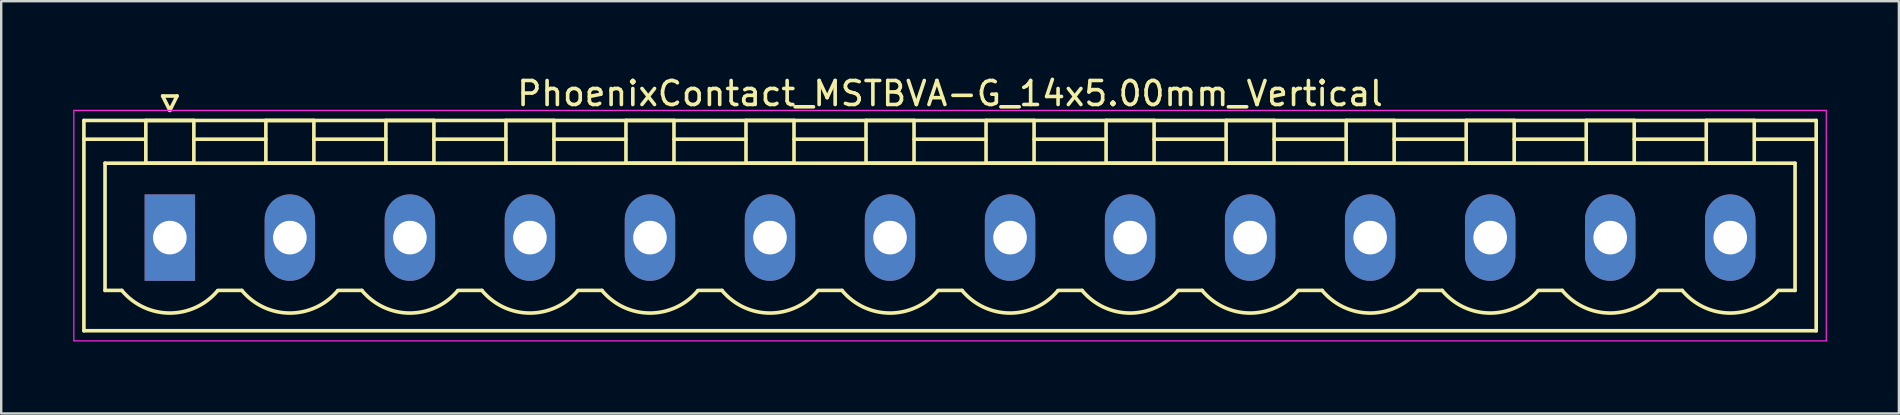
<source format=kicad_pcb>
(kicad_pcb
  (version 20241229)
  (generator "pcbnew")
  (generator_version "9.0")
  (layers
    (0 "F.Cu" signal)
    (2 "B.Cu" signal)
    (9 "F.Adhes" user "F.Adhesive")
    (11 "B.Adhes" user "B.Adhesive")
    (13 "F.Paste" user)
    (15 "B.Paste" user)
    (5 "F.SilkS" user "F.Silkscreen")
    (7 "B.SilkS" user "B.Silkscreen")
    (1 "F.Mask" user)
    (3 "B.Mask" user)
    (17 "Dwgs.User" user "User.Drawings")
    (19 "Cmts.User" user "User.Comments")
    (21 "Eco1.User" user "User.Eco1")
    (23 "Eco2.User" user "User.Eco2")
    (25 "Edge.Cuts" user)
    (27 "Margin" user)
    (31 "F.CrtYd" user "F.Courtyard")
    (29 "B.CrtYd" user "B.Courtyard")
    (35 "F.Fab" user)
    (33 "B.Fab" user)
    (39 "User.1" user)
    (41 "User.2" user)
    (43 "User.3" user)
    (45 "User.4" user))
  (footprint "PhoenixContact_MSTBVA-G_14x5.00mm_Vertical"
    (layer "F.Cu")
    (at 4.025 6.848)
    (property "Reference" "PhoenixContact_MSTBVA-G_14x5.00mm_Vertical" (at 32.5 -6 0) (layer "F.SilkS") (effects (font (size 1 1) (thickness 0.15))))
    (attr through_hole)
    (fp_line (start -3.58 -4.88) (end -3.58 3.88) (stroke (width 0.15) (type solid)) (layer "F.SilkS"))
    (fp_line (start -3.58 -4.1) (end -1.08 -4.1) (stroke (width 0.15) (type solid)) (layer "F.SilkS"))
    (fp_line (start -3.58 3.88) (end 68.58 3.88) (stroke (width 0.15) (type solid)) (layer "F.SilkS"))
    (fp_line (start -2.7 -3.1) (end 67.7 -3.1) (stroke (width 0.15) (type solid)) (layer "F.SilkS"))
    (fp_line (start -2.7 2.2) (end -2.7 -3.1) (stroke (width 0.15) (type solid)) (layer "F.SilkS"))
    (fp_line (start -2 2.2) (end -2.7 2.2) (stroke (width 0.15) (type solid)) (layer "F.SilkS"))
    (fp_line (start -1 -4.88) (end 1 -4.88) (stroke (width 0.15) (type solid)) (layer "F.SilkS"))
    (fp_line (start -1 -3.1) (end -1 -4.88) (stroke (width 0.15) (type solid)) (layer "F.SilkS"))
    (fp_line (start -0.3 -5.9) (end 0 -5.3) (stroke (width 0.15) (type solid)) (layer "F.SilkS"))
    (fp_line (start 0 -5.3) (end 0.3 -5.9) (stroke (width 0.15) (type solid)) (layer "F.SilkS"))
    (fp_line (start 0.3 -5.9) (end -0.3 -5.9) (stroke (width 0.15) (type solid)) (layer "F.SilkS"))
    (fp_line (start 1 -4.88) (end 1 -3.1) (stroke (width 0.15) (type solid)) (layer "F.SilkS"))
    (fp_line (start 1 -4.1) (end 4 -4.1) (stroke (width 0.15) (type solid)) (layer "F.SilkS"))
    (fp_line (start 1 -3.1) (end -1 -3.1) (stroke (width 0.15) (type solid)) (layer "F.SilkS"))
    (fp_line (start 2 2.2) (end 3 2.2) (stroke (width 0.15) (type solid)) (layer "F.SilkS"))
    (fp_line (start 4 -4.88) (end 6 -4.88) (stroke (width 0.15) (type solid)) (layer "F.SilkS"))
    (fp_line (start 4 -3.1) (end 4 -4.88) (stroke (width 0.15) (type solid)) (layer "F.SilkS"))
    (fp_line (start 6 -4.88) (end 6 -3.1) (stroke (width 0.15) (type solid)) (layer "F.SilkS"))
    (fp_line (start 6 -4.1) (end 9 -4.1) (stroke (width 0.15) (type solid)) (layer "F.SilkS"))
    (fp_line (start 6 -3.1) (end 4 -3.1) (stroke (width 0.15) (type solid)) (layer "F.SilkS"))
    (fp_line (start 7 2.2) (end 8 2.2) (stroke (width 0.15) (type solid)) (layer "F.SilkS"))
    (fp_line (start 9 -4.88) (end 11 -4.88) (stroke (width 0.15) (type solid)) (layer "F.SilkS"))
    (fp_line (start 9 -3.1) (end 9 -4.88) (stroke (width 0.15) (type solid)) (layer "F.SilkS"))
    (fp_line (start 11 -4.88) (end 11 -3.1) (stroke (width 0.15) (type solid)) (layer "F.SilkS"))
    (fp_line (start 11 -4.1) (end 14 -4.1) (stroke (width 0.15) (type solid)) (layer "F.SilkS"))
    (fp_line (start 11 -3.1) (end 9 -3.1) (stroke (width 0.15) (type solid)) (layer "F.SilkS"))
    (fp_line (start 12 2.2) (end 13 2.2) (stroke (width 0.15) (type solid)) (layer "F.SilkS"))
    (fp_line (start 14 -4.88) (end 16 -4.88) (stroke (width 0.15) (type solid)) (layer "F.SilkS"))
    (fp_line (start 14 -3.1) (end 14 -4.88) (stroke (width 0.15) (type solid)) (layer "F.SilkS"))
    (fp_line (start 16 -4.88) (end 16 -3.1) (stroke (width 0.15) (type solid)) (layer "F.SilkS"))
    (fp_line (start 16 -4.1) (end 19 -4.1) (stroke (width 0.15) (type solid)) (layer "F.SilkS"))
    (fp_line (start 16 -3.1) (end 14 -3.1) (stroke (width 0.15) (type solid)) (layer "F.SilkS"))
    (fp_line (start 17 2.2) (end 18 2.2) (stroke (width 0.15) (type solid)) (layer "F.SilkS"))
    (fp_line (start 19 -4.88) (end 21 -4.88) (stroke (width 0.15) (type solid)) (layer "F.SilkS"))
    (fp_line (start 19 -3.1) (end 19 -4.88) (stroke (width 0.15) (type solid)) (layer "F.SilkS"))
    (fp_line (start 21 -4.88) (end 21 -3.1) (stroke (width 0.15) (type solid)) (layer "F.SilkS"))
    (fp_line (start 21 -4.1) (end 24 -4.1) (stroke (width 0.15) (type solid)) (layer "F.SilkS"))
    (fp_line (start 21 -3.1) (end 19 -3.1) (stroke (width 0.15) (type solid)) (layer "F.SilkS"))
    (fp_line (start 22 2.2) (end 23 2.2) (stroke (width 0.15) (type solid)) (layer "F.SilkS"))
    (fp_line (start 24 -4.88) (end 26 -4.88) (stroke (width 0.15) (type solid)) (layer "F.SilkS"))
    (fp_line (start 24 -3.1) (end 24 -4.88) (stroke (width 0.15) (type solid)) (layer "F.SilkS"))
    (fp_line (start 26 -4.88) (end 26 -3.1) (stroke (width 0.15) (type solid)) (layer "F.SilkS"))
    (fp_line (start 26 -4.1) (end 29 -4.1) (stroke (width 0.15) (type solid)) (layer "F.SilkS"))
    (fp_line (start 26 -3.1) (end 24 -3.1) (stroke (width 0.15) (type solid)) (layer "F.SilkS"))
    (fp_line (start 27 2.2) (end 28 2.2) (stroke (width 0.15) (type solid)) (layer "F.SilkS"))
    (fp_line (start 29 -4.88) (end 31 -4.88) (stroke (width 0.15) (type solid)) (layer "F.SilkS"))
    (fp_line (start 29 -3.1) (end 29 -4.88) (stroke (width 0.15) (type solid)) (layer "F.SilkS"))
    (fp_line (start 31 -4.88) (end 31 -3.1) (stroke (width 0.15) (type solid)) (layer "F.SilkS"))
    (fp_line (start 31 -4.1) (end 34 -4.1) (stroke (width 0.15) (type solid)) (layer "F.SilkS"))
    (fp_line (start 31 -3.1) (end 29 -3.1) (stroke (width 0.15) (type solid)) (layer "F.SilkS"))
    (fp_line (start 32 2.2) (end 33 2.2) (stroke (width 0.15) (type solid)) (layer "F.SilkS"))
    (fp_line (start 34 -4.88) (end 36 -4.88) (stroke (width 0.15) (type solid)) (layer "F.SilkS"))
    (fp_line (start 34 -3.1) (end 34 -4.88) (stroke (width 0.15) (type solid)) (layer "F.SilkS"))
    (fp_line (start 36 -4.88) (end 36 -3.1) (stroke (width 0.15) (type solid)) (layer "F.SilkS"))
    (fp_line (start 36 -4.1) (end 39 -4.1) (stroke (width 0.15) (type solid)) (layer "F.SilkS"))
    (fp_line (start 36 -3.1) (end 34 -3.1) (stroke (width 0.15) (type solid)) (layer "F.SilkS"))
    (fp_line (start 37 2.2) (end 38 2.2) (stroke (width 0.15) (type solid)) (layer "F.SilkS"))
    (fp_line (start 39 -4.88) (end 41 -4.88) (stroke (width 0.15) (type solid)) (layer "F.SilkS"))
    (fp_line (start 39 -3.1) (end 39 -4.88) (stroke (width 0.15) (type solid)) (layer "F.SilkS"))
    (fp_line (start 41 -4.88) (end 41 -3.1) (stroke (width 0.15) (type solid)) (layer "F.SilkS"))
    (fp_line (start 41 -4.1) (end 44 -4.1) (stroke (width 0.15) (type solid)) (layer "F.SilkS"))
    (fp_line (start 41 -3.1) (end 39 -3.1) (stroke (width 0.15) (type solid)) (layer "F.SilkS"))
    (fp_line (start 42 2.2) (end 43 2.2) (stroke (width 0.15) (type solid)) (layer "F.SilkS"))
    (fp_line (start 44 -4.88) (end 46 -4.88) (stroke (width 0.15) (type solid)) (layer "F.SilkS"))
    (fp_line (start 44 -3.1) (end 44 -4.88) (stroke (width 0.15) (type solid)) (layer "F.SilkS"))
    (fp_line (start 46 -4.88) (end 46 -3.1) (stroke (width 0.15) (type solid)) (layer "F.SilkS"))
    (fp_line (start 46 -4.1) (end 49 -4.1) (stroke (width 0.15) (type solid)) (layer "F.SilkS"))
    (fp_line (start 46 -3.1) (end 44 -3.1) (stroke (width 0.15) (type solid)) (layer "F.SilkS"))
    (fp_line (start 47 2.2) (end 48 2.2) (stroke (width 0.15) (type solid)) (layer "F.SilkS"))
    (fp_line (start 49 -4.88) (end 51 -4.88) (stroke (width 0.15) (type solid)) (layer "F.SilkS"))
    (fp_line (start 49 -3.1) (end 49 -4.88) (stroke (width 0.15) (type solid)) (layer "F.SilkS"))
    (fp_line (start 51 -4.88) (end 51 -3.1) (stroke (width 0.15) (type solid)) (layer "F.SilkS"))
    (fp_line (start 51 -4.1) (end 54 -4.1) (stroke (width 0.15) (type solid)) (layer "F.SilkS"))
    (fp_line (start 51 -3.1) (end 49 -3.1) (stroke (width 0.15) (type solid)) (layer "F.SilkS"))
    (fp_line (start 52 2.2) (end 53 2.2) (stroke (width 0.15) (type solid)) (layer "F.SilkS"))
    (fp_line (start 54 -4.88) (end 56 -4.88) (stroke (width 0.15) (type solid)) (layer "F.SilkS"))
    (fp_line (start 54 -3.1) (end 54 -4.88) (stroke (width 0.15) (type solid)) (layer "F.SilkS"))
    (fp_line (start 56 -4.88) (end 56 -3.1) (stroke (width 0.15) (type solid)) (layer "F.SilkS"))
    (fp_line (start 56 -4.1) (end 59 -4.1) (stroke (width 0.15) (type solid)) (layer "F.SilkS"))
    (fp_line (start 56 -3.1) (end 54 -3.1) (stroke (width 0.15) (type solid)) (layer "F.SilkS"))
    (fp_line (start 57 2.2) (end 58 2.2) (stroke (width 0.15) (type solid)) (layer "F.SilkS"))
    (fp_line (start 59 -4.88) (end 61 -4.88) (stroke (width 0.15) (type solid)) (layer "F.SilkS"))
    (fp_line (start 59 -3.1) (end 59 -4.88) (stroke (width 0.15) (type solid)) (layer "F.SilkS"))
    (fp_line (start 61 -4.88) (end 61 -3.1) (stroke (width 0.15) (type solid)) (layer "F.SilkS"))
    (fp_line (start 61 -4.1) (end 64 -4.1) (stroke (width 0.15) (type solid)) (layer "F.SilkS"))
    (fp_line (start 61 -3.1) (end 59 -3.1) (stroke (width 0.15) (type solid)) (layer "F.SilkS"))
    (fp_line (start 62 2.2) (end 63 2.2) (stroke (width 0.15) (type solid)) (layer "F.SilkS"))
    (fp_line (start 64 -4.88) (end 66 -4.88) (stroke (width 0.15) (type solid)) (layer "F.SilkS"))
    (fp_line (start 64 -3.1) (end 64 -4.88) (stroke (width 0.15) (type solid)) (layer "F.SilkS"))
    (fp_line (start 66 -4.88) (end 66 -3.1) (stroke (width 0.15) (type solid)) (layer "F.SilkS"))
    (fp_line (start 66 -3.1) (end 64 -3.1) (stroke (width 0.15) (type solid)) (layer "F.SilkS"))
    (fp_line (start 67.7 -3.1) (end 67.7 2.2) (stroke (width 0.15) (type solid)) (layer "F.SilkS"))
    (fp_line (start 67.7 2.2) (end 67 2.2) (stroke (width 0.15) (type solid)) (layer "F.SilkS"))
    (fp_line (start 68.58 -4.88) (end -3.58 -4.88) (stroke (width 0.15) (type solid)) (layer "F.SilkS"))
    (fp_line (start 68.58 -4.1) (end 66.08 -4.1) (stroke (width 0.15) (type solid)) (layer "F.SilkS"))
    (fp_line (start 68.58 3.88) (end 68.58 -4.88) (stroke (width 0.15) (type solid)) (layer "F.SilkS"))
    (fp_arc (start 1.986842 2.215821) (mid -0.010289 3.142758) (end -2 2.2) (stroke (width 0.15) (type solid)) (layer "F.SilkS"))
    (fp_arc (start 6.986842 2.215821) (mid 4.989711 3.142758) (end 3 2.2) (stroke (width 0.15) (type solid)) (layer "F.SilkS"))
    (fp_arc (start 11.986842 2.215821) (mid 9.989711 3.142758) (end 8 2.2) (stroke (width 0.15) (type solid)) (layer "F.SilkS"))
    (fp_arc (start 16.986842 2.215821) (mid 14.989711 3.142758) (end 13 2.2) (stroke (width 0.15) (type solid)) (layer "F.SilkS"))
    (fp_arc (start 21.986842 2.215821) (mid 19.989711 3.142758) (end 18 2.2) (stroke (width 0.15) (type solid)) (layer "F.SilkS"))
    (fp_arc (start 26.986842 2.215821) (mid 24.989711 3.142758) (end 23 2.2) (stroke (width 0.15) (type solid)) (layer "F.SilkS"))
    (fp_arc (start 31.986842 2.215821) (mid 29.989711 3.142758) (end 28 2.2) (stroke (width 0.15) (type solid)) (layer "F.SilkS"))
    (fp_arc (start 36.986842 2.215821) (mid 34.989711 3.142758) (end 33 2.2) (stroke (width 0.15) (type solid)) (layer "F.SilkS"))
    (fp_arc (start 41.986842 2.215821) (mid 39.989711 3.142758) (end 38 2.2) (stroke (width 0.15) (type solid)) (layer "F.SilkS"))
    (fp_arc (start 46.986842 2.215821) (mid 44.989711 3.142758) (end 43 2.2) (stroke (width 0.15) (type solid)) (layer "F.SilkS"))
    (fp_arc (start 51.986842 2.215821) (mid 49.989711 3.142758) (end 48 2.2) (stroke (width 0.15) (type solid)) (layer "F.SilkS"))
    (fp_arc (start 56.986842 2.215821) (mid 54.989711 3.142758) (end 53 2.2) (stroke (width 0.15) (type solid)) (layer "F.SilkS"))
    (fp_arc (start 61.986842 2.215821) (mid 59.989711 3.142758) (end 58 2.2) (stroke (width 0.15) (type solid)) (layer "F.SilkS"))
    (fp_arc (start 66.986842 2.215821) (mid 64.989711 3.142758) (end 63 2.2) (stroke (width 0.15) (type solid)) (layer "F.SilkS"))
    (fp_line (start -4 -5.3) (end -4 4.3) (stroke (width 0.05) (type solid)) (layer "F.CrtYd"))
    (fp_line (start -4 4.3) (end 69 4.3) (stroke (width 0.05) (type solid)) (layer "F.CrtYd"))
    (fp_line (start 69 -5.3) (end -4 -5.3) (stroke (width 0.05) (type solid)) (layer "F.CrtYd"))
    (fp_line (start 69 4.3) (end 69 -5.3) (stroke (width 0.05) (type solid)) (layer "F.CrtYd"))
    (pad "1" thru_hole rect (at 0 0) (size 2.1 3.6) (drill 1.4) (layers "*.Cu" "*.Mask"))
    (pad "2" thru_hole oval (at 5 0) (size 2.1 3.6) (drill 1.4) (layers "*.Cu" "*.Mask"))
    (pad "3" thru_hole oval (at 10 0) (size 2.1 3.6) (drill 1.4) (layers "*.Cu" "*.Mask"))
    (pad "4" thru_hole oval (at 15 0) (size 2.1 3.6) (drill 1.4) (layers "*.Cu" "*.Mask"))
    (pad "5" thru_hole oval (at 20 0) (size 2.1 3.6) (drill 1.4) (layers "*.Cu" "*.Mask"))
    (pad "6" thru_hole oval (at 25 0) (size 2.1 3.6) (drill 1.4) (layers "*.Cu" "*.Mask"))
    (pad "7" thru_hole oval (at 30 0) (size 2.1 3.6) (drill 1.4) (layers "*.Cu" "*.Mask"))
    (pad "8" thru_hole oval (at 35 0) (size 2.1 3.6) (drill 1.4) (layers "*.Cu" "*.Mask"))
    (pad "9" thru_hole oval (at 40 0) (size 2.1 3.6) (drill 1.4) (layers "*.Cu" "*.Mask"))
    (pad "10" thru_hole oval (at 45 0) (size 2.1 3.6) (drill 1.4) (layers "*.Cu" "*.Mask"))
    (pad "11" thru_hole oval (at 50 0) (size 2.1 3.6) (drill 1.4) (layers "*.Cu" "*.Mask"))
    (pad "12" thru_hole oval (at 55 0) (size 2.1 3.6) (drill 1.4) (layers "*.Cu" "*.Mask"))
    (pad "13" thru_hole oval (at 60 0) (size 2.1 3.6) (drill 1.4) (layers "*.Cu" "*.Mask"))
    (pad "14" thru_hole oval (at 65 0) (size 2.1 3.6) (drill 1.4) (layers "*.Cu" "*.Mask")))
  (gr_rect
    (start -3 -3)
    (end 76.05 14.173)
    (stroke (width 0.1) (type default))
    (fill no)
    (layer "Edge.Cuts")))
</source>
